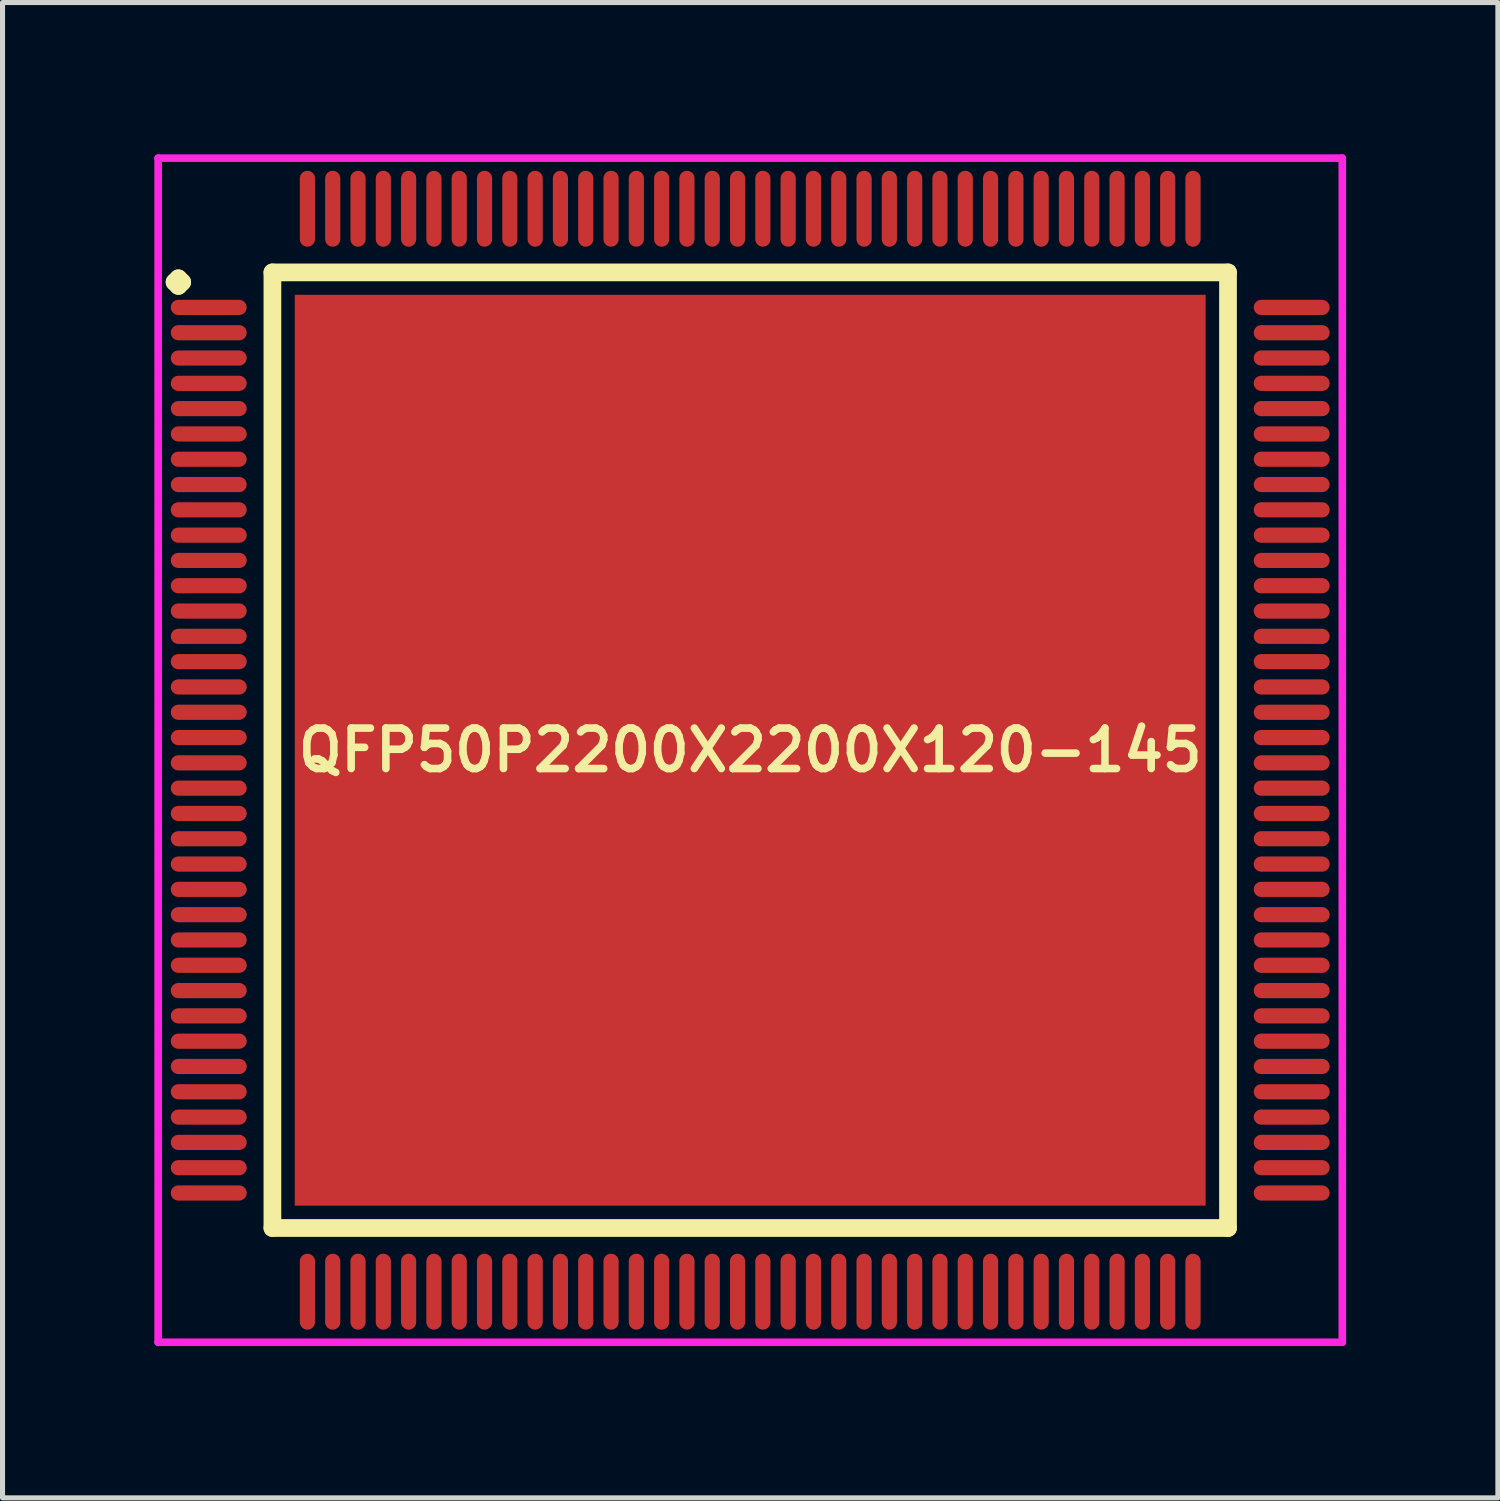
<source format=kicad_pcb>
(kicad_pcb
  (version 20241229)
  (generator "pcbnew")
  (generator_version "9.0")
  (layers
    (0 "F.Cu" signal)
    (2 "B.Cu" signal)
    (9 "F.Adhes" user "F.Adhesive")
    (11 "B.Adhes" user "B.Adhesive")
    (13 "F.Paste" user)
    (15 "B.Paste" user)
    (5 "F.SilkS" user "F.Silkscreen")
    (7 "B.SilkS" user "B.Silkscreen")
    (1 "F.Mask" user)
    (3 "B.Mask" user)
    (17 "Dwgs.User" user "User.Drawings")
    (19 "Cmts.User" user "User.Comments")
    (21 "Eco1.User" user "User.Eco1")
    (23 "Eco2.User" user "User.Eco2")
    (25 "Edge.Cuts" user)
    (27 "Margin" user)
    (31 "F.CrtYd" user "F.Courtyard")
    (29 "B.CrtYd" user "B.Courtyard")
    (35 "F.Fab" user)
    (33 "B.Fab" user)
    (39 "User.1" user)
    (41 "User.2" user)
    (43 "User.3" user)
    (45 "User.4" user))
  (footprint "QFP50P2200X2200X120-145"
    (layer "F.Cu")
    (at 11.775 11.775)
    (property "Reference" "QFP50P2200X2200X120-145" (at 0 0 0) (layer "F.SilkS") (effects (font (size 0.8 0.8) (thickness 0.15))))
    (attr smd)
    (fp_line (start -11.375 -9.25) (end -11.3 -9.325) (stroke (width 0.35) (type solid)) (layer "F.SilkS"))
    (fp_line (start -11.3 -9.325) (end -11.225 -9.25) (stroke (width 0.35) (type solid)) (layer "F.SilkS"))
    (fp_line (start -11.3 -9.175) (end -11.375 -9.25) (stroke (width 0.35) (type solid)) (layer "F.SilkS"))
    (fp_line (start -11.225 -9.25) (end -11.3 -9.175) (stroke (width 0.35) (type solid)) (layer "F.SilkS"))
    (fp_line (start -9.442 -9.442) (end -9.442 9.442) (stroke (width 0.35) (type solid)) (layer "F.SilkS"))
    (fp_line (start -9.442 9.442) (end 9.442 9.442) (stroke (width 0.35) (type solid)) (layer "F.SilkS"))
    (fp_line (start 9.442 -9.442) (end -9.442 -9.442) (stroke (width 0.35) (type solid)) (layer "F.SilkS"))
    (fp_line (start 9.442 9.442) (end 9.442 -9.442) (stroke (width 0.35) (type solid)) (layer "F.SilkS"))
    (fp_line (start -11.7 -11.7) (end 11.7 -11.7) (stroke (width 0.15) (type solid)) (layer "F.CrtYd"))
    (fp_line (start -11.7 11.7) (end -11.7 -11.7) (stroke (width 0.15) (type solid)) (layer "F.CrtYd"))
    (fp_line (start 11.7 -11.7) (end 11.7 11.7) (stroke (width 0.15) (type solid)) (layer "F.CrtYd"))
    (fp_line (start 11.7 11.7) (end -11.7 11.7) (stroke (width 0.15) (type solid)) (layer "F.CrtYd"))
    (pad "1" smd oval (at -10.7 -8.75) (size 1.5 0.3) (layers "F.Cu" "F.Mask" "F.Paste"))
    (pad "2" smd oval (at -10.7 -8.25) (size 1.5 0.3) (layers "F.Cu" "F.Mask" "F.Paste"))
    (pad "3" smd oval (at -10.7 -7.75) (size 1.5 0.3) (layers "F.Cu" "F.Mask" "F.Paste"))
    (pad "4" smd oval (at -10.7 -7.25) (size 1.5 0.3) (layers "F.Cu" "F.Mask" "F.Paste"))
    (pad "5" smd oval (at -10.7 -6.75) (size 1.5 0.3) (layers "F.Cu" "F.Mask" "F.Paste"))
    (pad "6" smd oval (at -10.7 -6.25) (size 1.5 0.3) (layers "F.Cu" "F.Mask" "F.Paste"))
    (pad "7" smd oval (at -10.7 -5.75) (size 1.5 0.3) (layers "F.Cu" "F.Mask" "F.Paste"))
    (pad "8" smd oval (at -10.7 -5.25) (size 1.5 0.3) (layers "F.Cu" "F.Mask" "F.Paste"))
    (pad "9" smd oval (at -10.7 -4.75) (size 1.5 0.3) (layers "F.Cu" "F.Mask" "F.Paste"))
    (pad "10" smd oval (at -10.7 -4.25) (size 1.5 0.3) (layers "F.Cu" "F.Mask" "F.Paste"))
    (pad "11" smd oval (at -10.7 -3.75) (size 1.5 0.3) (layers "F.Cu" "F.Mask" "F.Paste"))
    (pad "12" smd oval (at -10.7 -3.25) (size 1.5 0.3) (layers "F.Cu" "F.Mask" "F.Paste"))
    (pad "13" smd oval (at -10.7 -2.75) (size 1.5 0.3) (layers "F.Cu" "F.Mask" "F.Paste"))
    (pad "14" smd oval (at -10.7 -2.25) (size 1.5 0.3) (layers "F.Cu" "F.Mask" "F.Paste"))
    (pad "15" smd oval (at -10.7 -1.75) (size 1.5 0.3) (layers "F.Cu" "F.Mask" "F.Paste"))
    (pad "16" smd oval (at -10.7 -1.25) (size 1.5 0.3) (layers "F.Cu" "F.Mask" "F.Paste"))
    (pad "17" smd oval (at -10.7 -0.75) (size 1.5 0.3) (layers "F.Cu" "F.Mask" "F.Paste"))
    (pad "18" smd oval (at -10.7 -0.25) (size 1.5 0.3) (layers "F.Cu" "F.Mask" "F.Paste"))
    (pad "19" smd oval (at -10.7 0.25) (size 1.5 0.3) (layers "F.Cu" "F.Mask" "F.Paste"))
    (pad "20" smd oval (at -10.7 0.75) (size 1.5 0.3) (layers "F.Cu" "F.Mask" "F.Paste"))
    (pad "21" smd oval (at -10.7 1.25) (size 1.5 0.3) (layers "F.Cu" "F.Mask" "F.Paste"))
    (pad "22" smd oval (at -10.7 1.75) (size 1.5 0.3) (layers "F.Cu" "F.Mask" "F.Paste"))
    (pad "23" smd oval (at -10.7 2.25) (size 1.5 0.3) (layers "F.Cu" "F.Mask" "F.Paste"))
    (pad "24" smd oval (at -10.7 2.75) (size 1.5 0.3) (layers "F.Cu" "F.Mask" "F.Paste"))
    (pad "25" smd oval (at -10.7 3.25) (size 1.5 0.3) (layers "F.Cu" "F.Mask" "F.Paste"))
    (pad "26" smd oval (at -10.7 3.75) (size 1.5 0.3) (layers "F.Cu" "F.Mask" "F.Paste"))
    (pad "27" smd oval (at -10.7 4.25) (size 1.5 0.3) (layers "F.Cu" "F.Mask" "F.Paste"))
    (pad "28" smd oval (at -10.7 4.75) (size 1.5 0.3) (layers "F.Cu" "F.Mask" "F.Paste"))
    (pad "29" smd oval (at -10.7 5.25) (size 1.5 0.3) (layers "F.Cu" "F.Mask" "F.Paste"))
    (pad "30" smd oval (at -10.7 5.75) (size 1.5 0.3) (layers "F.Cu" "F.Mask" "F.Paste"))
    (pad "31" smd oval (at -10.7 6.25) (size 1.5 0.3) (layers "F.Cu" "F.Mask" "F.Paste"))
    (pad "32" smd oval (at -10.7 6.75) (size 1.5 0.3) (layers "F.Cu" "F.Mask" "F.Paste"))
    (pad "33" smd oval (at -10.7 7.25) (size 1.5 0.3) (layers "F.Cu" "F.Mask" "F.Paste"))
    (pad "34" smd oval (at -10.7 7.75) (size 1.5 0.3) (layers "F.Cu" "F.Mask" "F.Paste"))
    (pad "35" smd oval (at -10.7 8.25) (size 1.5 0.3) (layers "F.Cu" "F.Mask" "F.Paste"))
    (pad "36" smd oval (at -10.7 8.75) (size 1.5 0.3) (layers "F.Cu" "F.Mask" "F.Paste"))
    (pad "37" smd oval (at -8.75 10.7) (size 0.3 1.5) (layers "F.Cu" "F.Mask" "F.Paste"))
    (pad "38" smd oval (at -8.25 10.7) (size 0.3 1.5) (layers "F.Cu" "F.Mask" "F.Paste"))
    (pad "39" smd oval (at -7.75 10.7) (size 0.3 1.5) (layers "F.Cu" "F.Mask" "F.Paste"))
    (pad "40" smd oval (at -7.25 10.7) (size 0.3 1.5) (layers "F.Cu" "F.Mask" "F.Paste"))
    (pad "41" smd oval (at -6.75 10.7) (size 0.3 1.5) (layers "F.Cu" "F.Mask" "F.Paste"))
    (pad "42" smd oval (at -6.25 10.7) (size 0.3 1.5) (layers "F.Cu" "F.Mask" "F.Paste"))
    (pad "43" smd oval (at -5.75 10.7) (size 0.3 1.5) (layers "F.Cu" "F.Mask" "F.Paste"))
    (pad "44" smd oval (at -5.25 10.7) (size 0.3 1.5) (layers "F.Cu" "F.Mask" "F.Paste"))
    (pad "45" smd oval (at -4.75 10.7) (size 0.3 1.5) (layers "F.Cu" "F.Mask" "F.Paste"))
    (pad "46" smd oval (at -4.25 10.7) (size 0.3 1.5) (layers "F.Cu" "F.Mask" "F.Paste"))
    (pad "47" smd oval (at -3.75 10.7) (size 0.3 1.5) (layers "F.Cu" "F.Mask" "F.Paste"))
    (pad "48" smd oval (at -3.25 10.7) (size 0.3 1.5) (layers "F.Cu" "F.Mask" "F.Paste"))
    (pad "49" smd oval (at -2.75 10.7) (size 0.3 1.5) (layers "F.Cu" "F.Mask" "F.Paste"))
    (pad "50" smd oval (at -2.25 10.7) (size 0.3 1.5) (layers "F.Cu" "F.Mask" "F.Paste"))
    (pad "51" smd oval (at -1.75 10.7) (size 0.3 1.5) (layers "F.Cu" "F.Mask" "F.Paste"))
    (pad "52" smd oval (at -1.25 10.7) (size 0.3 1.5) (layers "F.Cu" "F.Mask" "F.Paste"))
    (pad "53" smd oval (at -0.75 10.7) (size 0.3 1.5) (layers "F.Cu" "F.Mask" "F.Paste"))
    (pad "54" smd oval (at -0.25 10.7) (size 0.3 1.5) (layers "F.Cu" "F.Mask" "F.Paste"))
    (pad "55" smd oval (at 0.25 10.7) (size 0.3 1.5) (layers "F.Cu" "F.Mask" "F.Paste"))
    (pad "56" smd oval (at 0.75 10.7) (size 0.3 1.5) (layers "F.Cu" "F.Mask" "F.Paste"))
    (pad "57" smd oval (at 1.25 10.7) (size 0.3 1.5) (layers "F.Cu" "F.Mask" "F.Paste"))
    (pad "58" smd oval (at 1.75 10.7) (size 0.3 1.5) (layers "F.Cu" "F.Mask" "F.Paste"))
    (pad "59" smd oval (at 2.25 10.7) (size 0.3 1.5) (layers "F.Cu" "F.Mask" "F.Paste"))
    (pad "60" smd oval (at 2.75 10.7) (size 0.3 1.5) (layers "F.Cu" "F.Mask" "F.Paste"))
    (pad "61" smd oval (at 3.25 10.7) (size 0.3 1.5) (layers "F.Cu" "F.Mask" "F.Paste"))
    (pad "62" smd oval (at 3.75 10.7) (size 0.3 1.5) (layers "F.Cu" "F.Mask" "F.Paste"))
    (pad "63" smd oval (at 4.25 10.7) (size 0.3 1.5) (layers "F.Cu" "F.Mask" "F.Paste"))
    (pad "64" smd oval (at 4.75 10.7) (size 0.3 1.5) (layers "F.Cu" "F.Mask" "F.Paste"))
    (pad "65" smd oval (at 5.25 10.7) (size 0.3 1.5) (layers "F.Cu" "F.Mask" "F.Paste"))
    (pad "66" smd oval (at 5.75 10.7) (size 0.3 1.5) (layers "F.Cu" "F.Mask" "F.Paste"))
    (pad "67" smd oval (at 6.25 10.7) (size 0.3 1.5) (layers "F.Cu" "F.Mask" "F.Paste"))
    (pad "68" smd oval (at 6.75 10.7) (size 0.3 1.5) (layers "F.Cu" "F.Mask" "F.Paste"))
    (pad "69" smd oval (at 7.25 10.7) (size 0.3 1.5) (layers "F.Cu" "F.Mask" "F.Paste"))
    (pad "70" smd oval (at 7.75 10.7) (size 0.3 1.5) (layers "F.Cu" "F.Mask" "F.Paste"))
    (pad "71" smd oval (at 8.25 10.7) (size 0.3 1.5) (layers "F.Cu" "F.Mask" "F.Paste"))
    (pad "72" smd oval (at 8.75 10.7) (size 0.3 1.5) (layers "F.Cu" "F.Mask" "F.Paste"))
    (pad "73" smd oval (at 10.7 8.75) (size 1.5 0.3) (layers "F.Cu" "F.Mask" "F.Paste"))
    (pad "74" smd oval (at 10.7 8.25) (size 1.5 0.3) (layers "F.Cu" "F.Mask" "F.Paste"))
    (pad "75" smd oval (at 10.7 7.75) (size 1.5 0.3) (layers "F.Cu" "F.Mask" "F.Paste"))
    (pad "76" smd oval (at 10.7 7.25) (size 1.5 0.3) (layers "F.Cu" "F.Mask" "F.Paste"))
    (pad "77" smd oval (at 10.7 6.75) (size 1.5 0.3) (layers "F.Cu" "F.Mask" "F.Paste"))
    (pad "78" smd oval (at 10.7 6.25) (size 1.5 0.3) (layers "F.Cu" "F.Mask" "F.Paste"))
    (pad "79" smd oval (at 10.7 5.75) (size 1.5 0.3) (layers "F.Cu" "F.Mask" "F.Paste"))
    (pad "80" smd oval (at 10.7 5.25) (size 1.5 0.3) (layers "F.Cu" "F.Mask" "F.Paste"))
    (pad "81" smd oval (at 10.7 4.75) (size 1.5 0.3) (layers "F.Cu" "F.Mask" "F.Paste"))
    (pad "82" smd oval (at 10.7 4.25) (size 1.5 0.3) (layers "F.Cu" "F.Mask" "F.Paste"))
    (pad "83" smd oval (at 10.7 3.75) (size 1.5 0.3) (layers "F.Cu" "F.Mask" "F.Paste"))
    (pad "84" smd oval (at 10.7 3.25) (size 1.5 0.3) (layers "F.Cu" "F.Mask" "F.Paste"))
    (pad "85" smd oval (at 10.7 2.75) (size 1.5 0.3) (layers "F.Cu" "F.Mask" "F.Paste"))
    (pad "86" smd oval (at 10.7 2.25) (size 1.5 0.3) (layers "F.Cu" "F.Mask" "F.Paste"))
    (pad "87" smd oval (at 10.7 1.75) (size 1.5 0.3) (layers "F.Cu" "F.Mask" "F.Paste"))
    (pad "88" smd oval (at 10.7 1.25) (size 1.5 0.3) (layers "F.Cu" "F.Mask" "F.Paste"))
    (pad "89" smd oval (at 10.7 0.75) (size 1.5 0.3) (layers "F.Cu" "F.Mask" "F.Paste"))
    (pad "90" smd oval (at 10.7 0.25) (size 1.5 0.3) (layers "F.Cu" "F.Mask" "F.Paste"))
    (pad "91" smd oval (at 10.7 -0.25) (size 1.5 0.3) (layers "F.Cu" "F.Mask" "F.Paste"))
    (pad "92" smd oval (at 10.7 -0.75) (size 1.5 0.3) (layers "F.Cu" "F.Mask" "F.Paste"))
    (pad "93" smd oval (at 10.7 -1.25) (size 1.5 0.3) (layers "F.Cu" "F.Mask" "F.Paste"))
    (pad "94" smd oval (at 10.7 -1.75) (size 1.5 0.3) (layers "F.Cu" "F.Mask" "F.Paste"))
    (pad "95" smd oval (at 10.7 -2.25) (size 1.5 0.3) (layers "F.Cu" "F.Mask" "F.Paste"))
    (pad "96" smd oval (at 10.7 -2.75) (size 1.5 0.3) (layers "F.Cu" "F.Mask" "F.Paste"))
    (pad "97" smd oval (at 10.7 -3.25) (size 1.5 0.3) (layers "F.Cu" "F.Mask" "F.Paste"))
    (pad "98" smd oval (at 10.7 -3.75) (size 1.5 0.3) (layers "F.Cu" "F.Mask" "F.Paste"))
    (pad "99" smd oval (at 10.7 -4.25) (size 1.5 0.3) (layers "F.Cu" "F.Mask" "F.Paste"))
    (pad "100" smd oval (at 10.7 -4.75) (size 1.5 0.3) (layers "F.Cu" "F.Mask" "F.Paste"))
    (pad "101" smd oval (at 10.7 -5.25) (size 1.5 0.3) (layers "F.Cu" "F.Mask" "F.Paste"))
    (pad "102" smd oval (at 10.7 -5.75) (size 1.5 0.3) (layers "F.Cu" "F.Mask" "F.Paste"))
    (pad "103" smd oval (at 10.7 -6.25) (size 1.5 0.3) (layers "F.Cu" "F.Mask" "F.Paste"))
    (pad "104" smd oval (at 10.7 -6.75) (size 1.5 0.3) (layers "F.Cu" "F.Mask" "F.Paste"))
    (pad "105" smd oval (at 10.7 -7.25) (size 1.5 0.3) (layers "F.Cu" "F.Mask" "F.Paste"))
    (pad "106" smd oval (at 10.7 -7.75) (size 1.5 0.3) (layers "F.Cu" "F.Mask" "F.Paste"))
    (pad "107" smd oval (at 10.7 -8.25) (size 1.5 0.3) (layers "F.Cu" "F.Mask" "F.Paste"))
    (pad "108" smd oval (at 10.7 -8.75) (size 1.5 0.3) (layers "F.Cu" "F.Mask" "F.Paste"))
    (pad "109" smd oval (at 8.75 -10.7) (size 0.3 1.5) (layers "F.Cu" "F.Mask" "F.Paste"))
    (pad "110" smd oval (at 8.25 -10.7) (size 0.3 1.5) (layers "F.Cu" "F.Mask" "F.Paste"))
    (pad "111" smd oval (at 7.75 -10.7) (size 0.3 1.5) (layers "F.Cu" "F.Mask" "F.Paste"))
    (pad "112" smd oval (at 7.25 -10.7) (size 0.3 1.5) (layers "F.Cu" "F.Mask" "F.Paste"))
    (pad "113" smd oval (at 6.75 -10.7) (size 0.3 1.5) (layers "F.Cu" "F.Mask" "F.Paste"))
    (pad "114" smd oval (at 6.25 -10.7) (size 0.3 1.5) (layers "F.Cu" "F.Mask" "F.Paste"))
    (pad "115" smd oval (at 5.75 -10.7) (size 0.3 1.5) (layers "F.Cu" "F.Mask" "F.Paste"))
    (pad "116" smd oval (at 5.25 -10.7) (size 0.3 1.5) (layers "F.Cu" "F.Mask" "F.Paste"))
    (pad "117" smd oval (at 4.75 -10.7) (size 0.3 1.5) (layers "F.Cu" "F.Mask" "F.Paste"))
    (pad "118" smd oval (at 4.25 -10.7) (size 0.3 1.5) (layers "F.Cu" "F.Mask" "F.Paste"))
    (pad "119" smd oval (at 3.75 -10.7) (size 0.3 1.5) (layers "F.Cu" "F.Mask" "F.Paste"))
    (pad "120" smd oval (at 3.25 -10.7) (size 0.3 1.5) (layers "F.Cu" "F.Mask" "F.Paste"))
    (pad "121" smd oval (at 2.75 -10.7) (size 0.3 1.5) (layers "F.Cu" "F.Mask" "F.Paste"))
    (pad "122" smd oval (at 2.25 -10.7) (size 0.3 1.5) (layers "F.Cu" "F.Mask" "F.Paste"))
    (pad "123" smd oval (at 1.75 -10.7) (size 0.3 1.5) (layers "F.Cu" "F.Mask" "F.Paste"))
    (pad "124" smd oval (at 1.25 -10.7) (size 0.3 1.5) (layers "F.Cu" "F.Mask" "F.Paste"))
    (pad "125" smd oval (at 0.75 -10.7) (size 0.3 1.5) (layers "F.Cu" "F.Mask" "F.Paste"))
    (pad "126" smd oval (at 0.25 -10.7) (size 0.3 1.5) (layers "F.Cu" "F.Mask" "F.Paste"))
    (pad "127" smd oval (at -0.25 -10.7) (size 0.3 1.5) (layers "F.Cu" "F.Mask" "F.Paste"))
    (pad "128" smd oval (at -0.75 -10.7) (size 0.3 1.5) (layers "F.Cu" "F.Mask" "F.Paste"))
    (pad "129" smd oval (at -1.25 -10.7) (size 0.3 1.5) (layers "F.Cu" "F.Mask" "F.Paste"))
    (pad "130" smd oval (at -1.75 -10.7) (size 0.3 1.5) (layers "F.Cu" "F.Mask" "F.Paste"))
    (pad "131" smd oval (at -2.25 -10.7) (size 0.3 1.5) (layers "F.Cu" "F.Mask" "F.Paste"))
    (pad "132" smd oval (at -2.75 -10.7) (size 0.3 1.5) (layers "F.Cu" "F.Mask" "F.Paste"))
    (pad "133" smd oval (at -3.25 -10.7) (size 0.3 1.5) (layers "F.Cu" "F.Mask" "F.Paste"))
    (pad "134" smd oval (at -3.75 -10.7) (size 0.3 1.5) (layers "F.Cu" "F.Mask" "F.Paste"))
    (pad "135" smd oval (at -4.25 -10.7) (size 0.3 1.5) (layers "F.Cu" "F.Mask" "F.Paste"))
    (pad "136" smd oval (at -4.75 -10.7) (size 0.3 1.5) (layers "F.Cu" "F.Mask" "F.Paste"))
    (pad "137" smd oval (at -5.25 -10.7) (size 0.3 1.5) (layers "F.Cu" "F.Mask" "F.Paste"))
    (pad "138" smd oval (at -5.75 -10.7) (size 0.3 1.5) (layers "F.Cu" "F.Mask" "F.Paste"))
    (pad "139" smd oval (at -6.25 -10.7) (size 0.3 1.5) (layers "F.Cu" "F.Mask" "F.Paste"))
    (pad "140" smd oval (at -6.75 -10.7) (size 0.3 1.5) (layers "F.Cu" "F.Mask" "F.Paste"))
    (pad "141" smd oval (at -7.25 -10.7) (size 0.3 1.5) (layers "F.Cu" "F.Mask" "F.Paste"))
    (pad "142" smd oval (at -7.75 -10.7) (size 0.3 1.5) (layers "F.Cu" "F.Mask" "F.Paste"))
    (pad "143" smd oval (at -8.25 -10.7) (size 0.3 1.5) (layers "F.Cu" "F.Mask" "F.Paste"))
    (pad "144" smd oval (at -8.75 -10.7) (size 0.3 1.5) (layers "F.Cu" "F.Mask" "F.Paste"))
    (pad "145" smd rect (at 0 0) (size 18 18) (layers "F.Cu" "F.Mask" "F.Paste")))
  (gr_rect
    (start -3 -3)
    (end 26.55 26.55)
    (stroke (width 0.1) (type default))
    (fill no)
    (layer "Edge.Cuts")))
</source>
